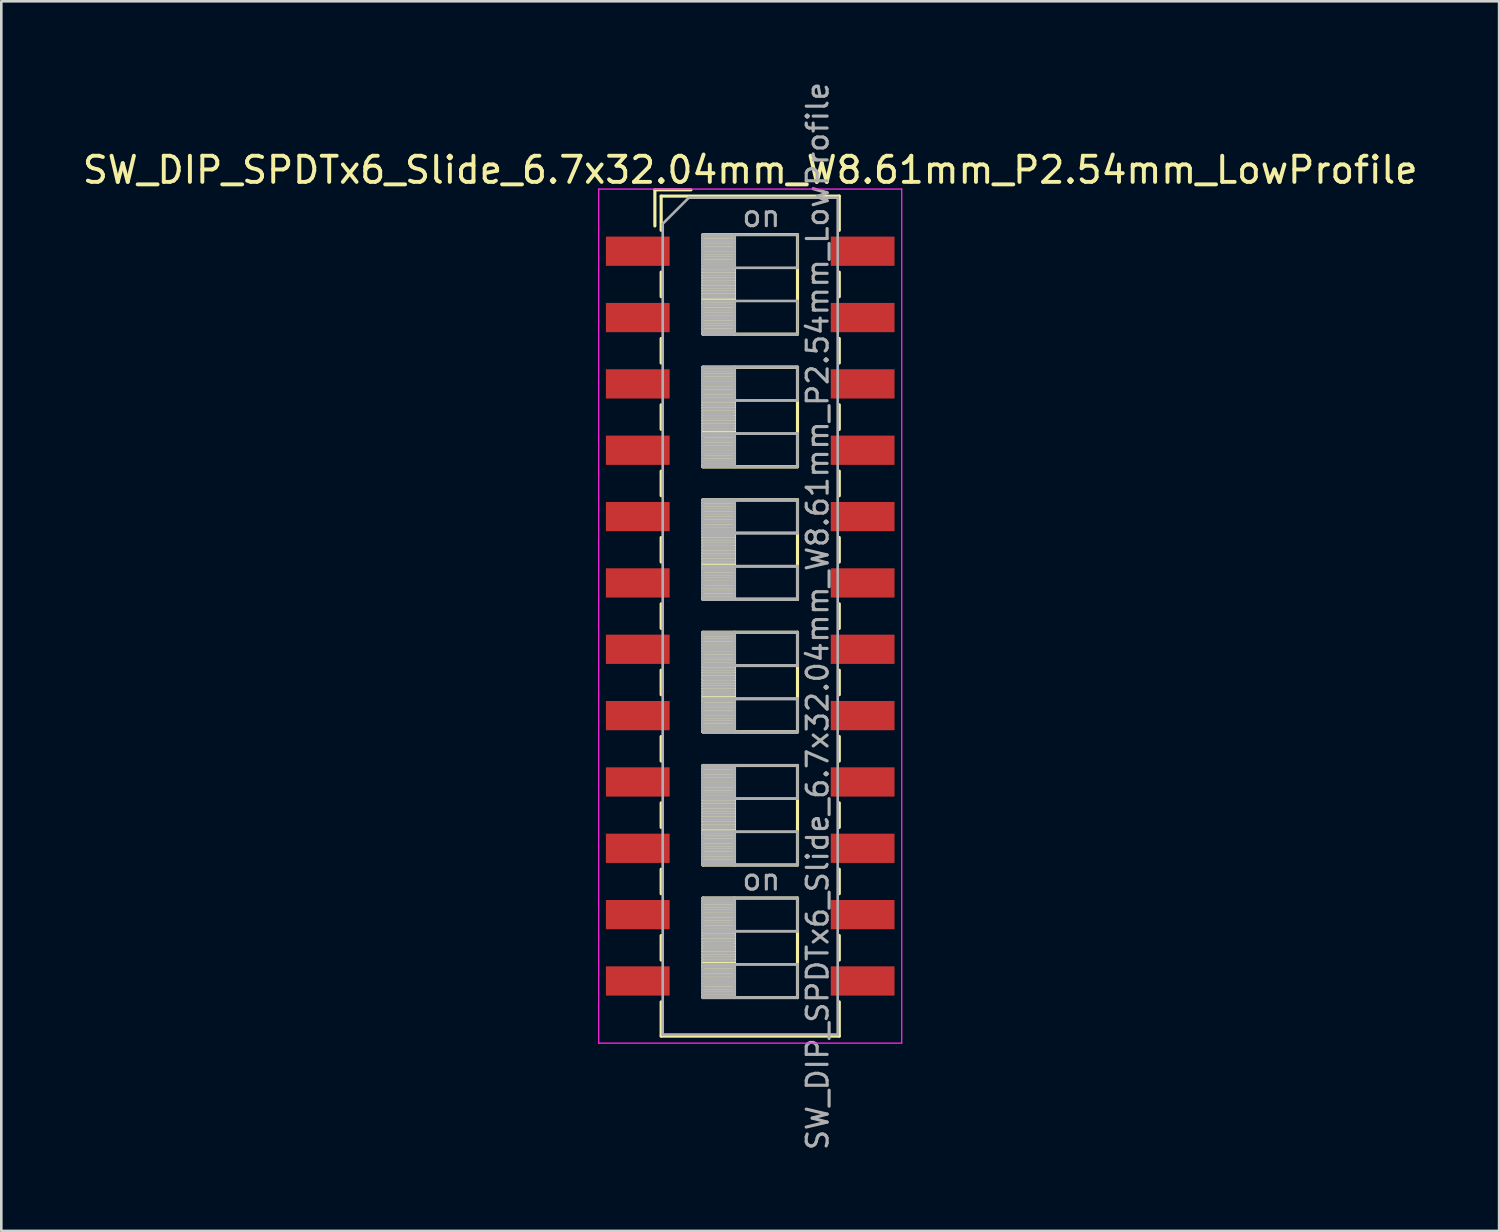
<source format=kicad_pcb>
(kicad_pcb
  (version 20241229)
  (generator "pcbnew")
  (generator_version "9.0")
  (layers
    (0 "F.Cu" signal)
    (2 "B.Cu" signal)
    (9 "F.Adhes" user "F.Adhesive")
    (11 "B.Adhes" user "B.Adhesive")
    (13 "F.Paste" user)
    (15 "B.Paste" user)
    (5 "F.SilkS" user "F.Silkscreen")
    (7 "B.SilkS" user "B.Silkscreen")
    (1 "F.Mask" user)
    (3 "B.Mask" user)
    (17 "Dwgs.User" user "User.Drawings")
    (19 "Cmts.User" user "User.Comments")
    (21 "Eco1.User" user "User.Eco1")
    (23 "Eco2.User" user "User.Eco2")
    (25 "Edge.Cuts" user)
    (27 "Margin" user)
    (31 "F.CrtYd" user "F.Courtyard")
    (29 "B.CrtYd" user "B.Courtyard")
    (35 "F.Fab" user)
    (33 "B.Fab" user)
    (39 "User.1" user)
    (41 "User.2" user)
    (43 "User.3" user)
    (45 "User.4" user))
  (footprint "SW_DIP_SPDTx6_Slide_6.7x32.04mm_W8.61mm_P2.54mm_LowProfile"
    (layer "F.Cu")
    (at 25.673 20.538)
    (property "Reference" "SW_DIP_SPDTx6_Slide_6.7x32.04mm_W8.61mm_P2.54mm_LowProfile" (at 0 -17.08 0) (layer "F.SilkS") (effects (font (size 1 1) (thickness 0.15))))
    (attr smd)
    (fp_line (start -3.65 -16.32) (end -3.65 -14.937) (stroke (width 0.12) (type solid)) (layer "F.SilkS"))
    (fp_line (start -3.65 -16.32) (end -2.267 -16.32) (stroke (width 0.12) (type solid)) (layer "F.SilkS"))
    (fp_line (start -3.41 -16.08) (end -3.41 -14.77) (stroke (width 0.12) (type solid)) (layer "F.SilkS"))
    (fp_line (start -3.41 -16.08) (end 3.41 -16.08) (stroke (width 0.12) (type solid)) (layer "F.SilkS"))
    (fp_line (start -3.41 -13.17) (end -3.41 -12.23) (stroke (width 0.12) (type solid)) (layer "F.SilkS"))
    (fp_line (start -3.41 -10.63) (end -3.41 -9.69) (stroke (width 0.12) (type solid)) (layer "F.SilkS"))
    (fp_line (start -3.41 -8.09) (end -3.41 -7.15) (stroke (width 0.12) (type solid)) (layer "F.SilkS"))
    (fp_line (start -3.41 -5.55) (end -3.41 -4.61) (stroke (width 0.12) (type solid)) (layer "F.SilkS"))
    (fp_line (start -3.41 -3.01) (end -3.41 -2.07) (stroke (width 0.12) (type solid)) (layer "F.SilkS"))
    (fp_line (start -3.41 -0.47) (end -3.41 0.47) (stroke (width 0.12) (type solid)) (layer "F.SilkS"))
    (fp_line (start -3.41 2.07) (end -3.41 3.01) (stroke (width 0.12) (type solid)) (layer "F.SilkS"))
    (fp_line (start -3.41 4.61) (end -3.41 5.55) (stroke (width 0.12) (type solid)) (layer "F.SilkS"))
    (fp_line (start -3.41 7.15) (end -3.41 8.09) (stroke (width 0.12) (type solid)) (layer "F.SilkS"))
    (fp_line (start -3.41 9.69) (end -3.41 10.63) (stroke (width 0.12) (type solid)) (layer "F.SilkS"))
    (fp_line (start -3.41 12.23) (end -3.41 13.17) (stroke (width 0.12) (type solid)) (layer "F.SilkS"))
    (fp_line (start -3.41 14.77) (end -3.41 16.08) (stroke (width 0.12) (type solid)) (layer "F.SilkS"))
    (fp_line (start -3.41 16.08) (end 3.41 16.08) (stroke (width 0.12) (type solid)) (layer "F.SilkS"))
    (fp_line (start -1.81 -14.605) (end -1.81 -10.795) (stroke (width 0.12) (type solid)) (layer "F.SilkS"))
    (fp_line (start -1.81 -14.485) (end -0.603 -14.485) (stroke (width 0.12) (type solid)) (layer "F.SilkS"))
    (fp_line (start -1.81 -14.365) (end -0.603 -14.365) (stroke (width 0.12) (type solid)) (layer "F.SilkS"))
    (fp_line (start -1.81 -14.245) (end -0.603 -14.245) (stroke (width 0.12) (type solid)) (layer "F.SilkS"))
    (fp_line (start -1.81 -14.125) (end -0.603 -14.125) (stroke (width 0.12) (type solid)) (layer "F.SilkS"))
    (fp_line (start -1.81 -14.005) (end -0.603 -14.005) (stroke (width 0.12) (type solid)) (layer "F.SilkS"))
    (fp_line (start -1.81 -13.885) (end -0.603 -13.885) (stroke (width 0.12) (type solid)) (layer "F.SilkS"))
    (fp_line (start -1.81 -13.765) (end -0.603 -13.765) (stroke (width 0.12) (type solid)) (layer "F.SilkS"))
    (fp_line (start -1.81 -13.645) (end -0.603 -13.645) (stroke (width 0.12) (type solid)) (layer "F.SilkS"))
    (fp_line (start -1.81 -13.525) (end -0.603 -13.525) (stroke (width 0.12) (type solid)) (layer "F.SilkS"))
    (fp_line (start -1.81 -13.405) (end -0.603 -13.405) (stroke (width 0.12) (type solid)) (layer "F.SilkS"))
    (fp_line (start -1.81 -13.285) (end -0.603 -13.285) (stroke (width 0.12) (type solid)) (layer "F.SilkS"))
    (fp_line (start -1.81 -13.165) (end -0.603 -13.165) (stroke (width 0.12) (type solid)) (layer "F.SilkS"))
    (fp_line (start -1.81 -13.045) (end -0.603 -13.045) (stroke (width 0.12) (type solid)) (layer "F.SilkS"))
    (fp_line (start -1.81 -12.925) (end -0.603 -12.925) (stroke (width 0.12) (type solid)) (layer "F.SilkS"))
    (fp_line (start -1.81 -12.805) (end -0.603 -12.805) (stroke (width 0.12) (type solid)) (layer "F.SilkS"))
    (fp_line (start -1.81 -12.685) (end -0.603 -12.685) (stroke (width 0.12) (type solid)) (layer "F.SilkS"))
    (fp_line (start -1.81 -12.565) (end -0.603 -12.565) (stroke (width 0.12) (type solid)) (layer "F.SilkS"))
    (fp_line (start -1.81 -12.445) (end -0.603 -12.445) (stroke (width 0.12) (type solid)) (layer "F.SilkS"))
    (fp_line (start -1.81 -12.325) (end -0.603 -12.325) (stroke (width 0.12) (type solid)) (layer "F.SilkS"))
    (fp_line (start -1.81 -12.205) (end -0.603 -12.205) (stroke (width 0.12) (type solid)) (layer "F.SilkS"))
    (fp_line (start -1.81 -12.105) (end -0.603 -12.105) (stroke (width 0.12) (type solid)) (layer "F.SilkS"))
    (fp_line (start -1.81 -12.005) (end -0.603 -12.005) (stroke (width 0.12) (type solid)) (layer "F.SilkS"))
    (fp_line (start -1.81 -11.945) (end -0.603 -11.945) (stroke (width 0.12) (type solid)) (layer "F.SilkS"))
    (fp_line (start -1.81 -11.825) (end -0.603 -11.825) (stroke (width 0.12) (type solid)) (layer "F.SilkS"))
    (fp_line (start -1.81 -11.705) (end -0.603 -11.705) (stroke (width 0.12) (type solid)) (layer "F.SilkS"))
    (fp_line (start -1.81 -11.585) (end -0.603 -11.585) (stroke (width 0.12) (type solid)) (layer "F.SilkS"))
    (fp_line (start -1.81 -11.465) (end -0.603 -11.465) (stroke (width 0.12) (type solid)) (layer "F.SilkS"))
    (fp_line (start -1.81 -11.345) (end -0.603 -11.345) (stroke (width 0.12) (type solid)) (layer "F.SilkS"))
    (fp_line (start -1.81 -11.225) (end -0.603 -11.225) (stroke (width 0.12) (type solid)) (layer "F.SilkS"))
    (fp_line (start -1.81 -11.105) (end -0.603 -11.105) (stroke (width 0.12) (type solid)) (layer "F.SilkS"))
    (fp_line (start -1.81 -10.985) (end -0.603 -10.985) (stroke (width 0.12) (type solid)) (layer "F.SilkS"))
    (fp_line (start -1.81 -10.865) (end -0.603 -10.865) (stroke (width 0.12) (type solid)) (layer "F.SilkS"))
    (fp_line (start -1.81 -10.795) (end 1.81 -10.795) (stroke (width 0.12) (type solid)) (layer "F.SilkS"))
    (fp_line (start -1.81 -9.53) (end -1.81 -5.72) (stroke (width 0.12) (type solid)) (layer "F.SilkS"))
    (fp_line (start -1.81 -9.41) (end -0.603 -9.41) (stroke (width 0.12) (type solid)) (layer "F.SilkS"))
    (fp_line (start -1.81 -9.29) (end -0.603 -9.29) (stroke (width 0.12) (type solid)) (layer "F.SilkS"))
    (fp_line (start -1.81 -9.17) (end -0.603 -9.17) (stroke (width 0.12) (type solid)) (layer "F.SilkS"))
    (fp_line (start -1.81 -9.05) (end -0.603 -9.05) (stroke (width 0.12) (type solid)) (layer "F.SilkS"))
    (fp_line (start -1.81 -8.93) (end -0.603 -8.93) (stroke (width 0.12) (type solid)) (layer "F.SilkS"))
    (fp_line (start -1.81 -8.81) (end -0.603 -8.81) (stroke (width 0.12) (type solid)) (layer "F.SilkS"))
    (fp_line (start -1.81 -8.69) (end -0.603 -8.69) (stroke (width 0.12) (type solid)) (layer "F.SilkS"))
    (fp_line (start -1.81 -8.57) (end -0.603 -8.57) (stroke (width 0.12) (type solid)) (layer "F.SilkS"))
    (fp_line (start -1.81 -8.45) (end -0.603 -8.45) (stroke (width 0.12) (type solid)) (layer "F.SilkS"))
    (fp_line (start -1.81 -8.33) (end -0.603 -8.33) (stroke (width 0.12) (type solid)) (layer "F.SilkS"))
    (fp_line (start -1.81 -8.21) (end -0.603 -8.21) (stroke (width 0.12) (type solid)) (layer "F.SilkS"))
    (fp_line (start -1.81 -8.09) (end -0.603 -8.09) (stroke (width 0.12) (type solid)) (layer "F.SilkS"))
    (fp_line (start -1.81 -7.97) (end -0.603 -7.97) (stroke (width 0.12) (type solid)) (layer "F.SilkS"))
    (fp_line (start -1.81 -7.85) (end -0.603 -7.85) (stroke (width 0.12) (type solid)) (layer "F.SilkS"))
    (fp_line (start -1.81 -7.73) (end -0.603 -7.73) (stroke (width 0.12) (type solid)) (layer "F.SilkS"))
    (fp_line (start -1.81 -7.61) (end -0.603 -7.61) (stroke (width 0.12) (type solid)) (layer "F.SilkS"))
    (fp_line (start -1.81 -7.49) (end -0.603 -7.49) (stroke (width 0.12) (type solid)) (layer "F.SilkS"))
    (fp_line (start -1.81 -7.37) (end -0.603 -7.37) (stroke (width 0.12) (type solid)) (layer "F.SilkS"))
    (fp_line (start -1.81 -7.25) (end -0.603 -7.25) (stroke (width 0.12) (type solid)) (layer "F.SilkS"))
    (fp_line (start -1.81 -7.13) (end -0.603 -7.13) (stroke (width 0.12) (type solid)) (layer "F.SilkS"))
    (fp_line (start -1.81 -7.03) (end -0.603 -7.03) (stroke (width 0.12) (type solid)) (layer "F.SilkS"))
    (fp_line (start -1.81 -6.93) (end -0.603 -6.93) (stroke (width 0.12) (type solid)) (layer "F.SilkS"))
    (fp_line (start -1.81 -6.87) (end -0.603 -6.87) (stroke (width 0.12) (type solid)) (layer "F.SilkS"))
    (fp_line (start -1.81 -6.75) (end -0.603 -6.75) (stroke (width 0.12) (type solid)) (layer "F.SilkS"))
    (fp_line (start -1.81 -6.63) (end -0.603 -6.63) (stroke (width 0.12) (type solid)) (layer "F.SilkS"))
    (fp_line (start -1.81 -6.51) (end -0.603 -6.51) (stroke (width 0.12) (type solid)) (layer "F.SilkS"))
    (fp_line (start -1.81 -6.39) (end -0.603 -6.39) (stroke (width 0.12) (type solid)) (layer "F.SilkS"))
    (fp_line (start -1.81 -6.27) (end -0.603 -6.27) (stroke (width 0.12) (type solid)) (layer "F.SilkS"))
    (fp_line (start -1.81 -6.15) (end -0.603 -6.15) (stroke (width 0.12) (type solid)) (layer "F.SilkS"))
    (fp_line (start -1.81 -6.03) (end -0.603 -6.03) (stroke (width 0.12) (type solid)) (layer "F.SilkS"))
    (fp_line (start -1.81 -5.91) (end -0.603 -5.91) (stroke (width 0.12) (type solid)) (layer "F.SilkS"))
    (fp_line (start -1.81 -5.79) (end -0.603 -5.79) (stroke (width 0.12) (type solid)) (layer "F.SilkS"))
    (fp_line (start -1.81 -5.72) (end 1.81 -5.72) (stroke (width 0.12) (type solid)) (layer "F.SilkS"))
    (fp_line (start -1.81 -5.715) (end 1.81 -5.715) (stroke (width 0.12) (type solid)) (layer "F.SilkS"))
    (fp_line (start -1.81 -4.455) (end -1.81 -0.645) (stroke (width 0.12) (type solid)) (layer "F.SilkS"))
    (fp_line (start -1.81 -4.335) (end -0.603 -4.335) (stroke (width 0.12) (type solid)) (layer "F.SilkS"))
    (fp_line (start -1.81 -4.215) (end -0.603 -4.215) (stroke (width 0.12) (type solid)) (layer "F.SilkS"))
    (fp_line (start -1.81 -4.095) (end -0.603 -4.095) (stroke (width 0.12) (type solid)) (layer "F.SilkS"))
    (fp_line (start -1.81 -3.975) (end -0.603 -3.975) (stroke (width 0.12) (type solid)) (layer "F.SilkS"))
    (fp_line (start -1.81 -3.855) (end -0.603 -3.855) (stroke (width 0.12) (type solid)) (layer "F.SilkS"))
    (fp_line (start -1.81 -3.735) (end -0.603 -3.735) (stroke (width 0.12) (type solid)) (layer "F.SilkS"))
    (fp_line (start -1.81 -3.615) (end -0.603 -3.615) (stroke (width 0.12) (type solid)) (layer "F.SilkS"))
    (fp_line (start -1.81 -3.495) (end -0.603 -3.495) (stroke (width 0.12) (type solid)) (layer "F.SilkS"))
    (fp_line (start -1.81 -3.375) (end -0.603 -3.375) (stroke (width 0.12) (type solid)) (layer "F.SilkS"))
    (fp_line (start -1.81 -3.255) (end -0.603 -3.255) (stroke (width 0.12) (type solid)) (layer "F.SilkS"))
    (fp_line (start -1.81 -3.135) (end -0.603 -3.135) (stroke (width 0.12) (type solid)) (layer "F.SilkS"))
    (fp_line (start -1.81 -3.015) (end -0.603 -3.015) (stroke (width 0.12) (type solid)) (layer "F.SilkS"))
    (fp_line (start -1.81 -2.895) (end -0.603 -2.895) (stroke (width 0.12) (type solid)) (layer "F.SilkS"))
    (fp_line (start -1.81 -2.775) (end -0.603 -2.775) (stroke (width 0.12) (type solid)) (layer "F.SilkS"))
    (fp_line (start -1.81 -2.655) (end -0.603 -2.655) (stroke (width 0.12) (type solid)) (layer "F.SilkS"))
    (fp_line (start -1.81 -2.535) (end -0.603 -2.535) (stroke (width 0.12) (type solid)) (layer "F.SilkS"))
    (fp_line (start -1.81 -2.415) (end -0.603 -2.415) (stroke (width 0.12) (type solid)) (layer "F.SilkS"))
    (fp_line (start -1.81 -2.295) (end -0.603 -2.295) (stroke (width 0.12) (type solid)) (layer "F.SilkS"))
    (fp_line (start -1.81 -2.175) (end -0.603 -2.175) (stroke (width 0.12) (type solid)) (layer "F.SilkS"))
    (fp_line (start -1.81 -2.055) (end -0.603 -2.055) (stroke (width 0.12) (type solid)) (layer "F.SilkS"))
    (fp_line (start -1.81 -1.955) (end -0.603 -1.955) (stroke (width 0.12) (type solid)) (layer "F.SilkS"))
    (fp_line (start -1.81 -1.855) (end -0.603 -1.855) (stroke (width 0.12) (type solid)) (layer "F.SilkS"))
    (fp_line (start -1.81 -1.795) (end -0.603 -1.795) (stroke (width 0.12) (type solid)) (layer "F.SilkS"))
    (fp_line (start -1.81 -1.675) (end -0.603 -1.675) (stroke (width 0.12) (type solid)) (layer "F.SilkS"))
    (fp_line (start -1.81 -1.555) (end -0.603 -1.555) (stroke (width 0.12) (type solid)) (layer "F.SilkS"))
    (fp_line (start -1.81 -1.435) (end -0.603 -1.435) (stroke (width 0.12) (type solid)) (layer "F.SilkS"))
    (fp_line (start -1.81 -1.315) (end -0.603 -1.315) (stroke (width 0.12) (type solid)) (layer "F.SilkS"))
    (fp_line (start -1.81 -1.195) (end -0.603 -1.195) (stroke (width 0.12) (type solid)) (layer "F.SilkS"))
    (fp_line (start -1.81 -1.075) (end -0.603 -1.075) (stroke (width 0.12) (type solid)) (layer "F.SilkS"))
    (fp_line (start -1.81 -0.955) (end -0.603 -0.955) (stroke (width 0.12) (type solid)) (layer "F.SilkS"))
    (fp_line (start -1.81 -0.835) (end -0.603 -0.835) (stroke (width 0.12) (type solid)) (layer "F.SilkS"))
    (fp_line (start -1.81 -0.715) (end -0.603 -0.715) (stroke (width 0.12) (type solid)) (layer "F.SilkS"))
    (fp_line (start -1.81 -0.645) (end 1.81 -0.645) (stroke (width 0.12) (type solid)) (layer "F.SilkS"))
    (fp_line (start -1.81 -0.64) (end 1.81 -0.64) (stroke (width 0.12) (type solid)) (layer "F.SilkS"))
    (fp_line (start -1.81 0.62) (end -1.81 4.43) (stroke (width 0.12) (type solid)) (layer "F.SilkS"))
    (fp_line (start -1.81 0.74) (end -0.603 0.74) (stroke (width 0.12) (type solid)) (layer "F.SilkS"))
    (fp_line (start -1.81 0.86) (end -0.603 0.86) (stroke (width 0.12) (type solid)) (layer "F.SilkS"))
    (fp_line (start -1.81 0.98) (end -0.603 0.98) (stroke (width 0.12) (type solid)) (layer "F.SilkS"))
    (fp_line (start -1.81 1.1) (end -0.603 1.1) (stroke (width 0.12) (type solid)) (layer "F.SilkS"))
    (fp_line (start -1.81 1.22) (end -0.603 1.22) (stroke (width 0.12) (type solid)) (layer "F.SilkS"))
    (fp_line (start -1.81 1.34) (end -0.603 1.34) (stroke (width 0.12) (type solid)) (layer "F.SilkS"))
    (fp_line (start -1.81 1.46) (end -0.603 1.46) (stroke (width 0.12) (type solid)) (layer "F.SilkS"))
    (fp_line (start -1.81 1.58) (end -0.603 1.58) (stroke (width 0.12) (type solid)) (layer "F.SilkS"))
    (fp_line (start -1.81 1.7) (end -0.603 1.7) (stroke (width 0.12) (type solid)) (layer "F.SilkS"))
    (fp_line (start -1.81 1.82) (end -0.603 1.82) (stroke (width 0.12) (type solid)) (layer "F.SilkS"))
    (fp_line (start -1.81 1.94) (end -0.603 1.94) (stroke (width 0.12) (type solid)) (layer "F.SilkS"))
    (fp_line (start -1.81 2.06) (end -0.603 2.06) (stroke (width 0.12) (type solid)) (layer "F.SilkS"))
    (fp_line (start -1.81 2.18) (end -0.603 2.18) (stroke (width 0.12) (type solid)) (layer "F.SilkS"))
    (fp_line (start -1.81 2.3) (end -0.603 2.3) (stroke (width 0.12) (type solid)) (layer "F.SilkS"))
    (fp_line (start -1.81 2.42) (end -0.603 2.42) (stroke (width 0.12) (type solid)) (layer "F.SilkS"))
    (fp_line (start -1.81 2.54) (end -0.603 2.54) (stroke (width 0.12) (type solid)) (layer "F.SilkS"))
    (fp_line (start -1.81 2.66) (end -0.603 2.66) (stroke (width 0.12) (type solid)) (layer "F.SilkS"))
    (fp_line (start -1.81 2.78) (end -0.603 2.78) (stroke (width 0.12) (type solid)) (layer "F.SilkS"))
    (fp_line (start -1.81 2.9) (end -0.603 2.9) (stroke (width 0.12) (type solid)) (layer "F.SilkS"))
    (fp_line (start -1.81 3.02) (end -0.603 3.02) (stroke (width 0.12) (type solid)) (layer "F.SilkS"))
    (fp_line (start -1.81 3.12) (end -0.603 3.12) (stroke (width 0.12) (type solid)) (layer "F.SilkS"))
    (fp_line (start -1.81 3.22) (end -0.603 3.22) (stroke (width 0.12) (type solid)) (layer "F.SilkS"))
    (fp_line (start -1.81 3.28) (end -0.603 3.28) (stroke (width 0.12) (type solid)) (layer "F.SilkS"))
    (fp_line (start -1.81 3.4) (end -0.603 3.4) (stroke (width 0.12) (type solid)) (layer "F.SilkS"))
    (fp_line (start -1.81 3.52) (end -0.603 3.52) (stroke (width 0.12) (type solid)) (layer "F.SilkS"))
    (fp_line (start -1.81 3.64) (end -0.603 3.64) (stroke (width 0.12) (type solid)) (layer "F.SilkS"))
    (fp_line (start -1.81 3.76) (end -0.603 3.76) (stroke (width 0.12) (type solid)) (layer "F.SilkS"))
    (fp_line (start -1.81 3.88) (end -0.603 3.88) (stroke (width 0.12) (type solid)) (layer "F.SilkS"))
    (fp_line (start -1.81 4) (end -0.603 4) (stroke (width 0.12) (type solid)) (layer "F.SilkS"))
    (fp_line (start -1.81 4.12) (end -0.603 4.12) (stroke (width 0.12) (type solid)) (layer "F.SilkS"))
    (fp_line (start -1.81 4.24) (end -0.603 4.24) (stroke (width 0.12) (type solid)) (layer "F.SilkS"))
    (fp_line (start -1.81 4.36) (end -0.603 4.36) (stroke (width 0.12) (type solid)) (layer "F.SilkS"))
    (fp_line (start -1.81 4.43) (end 1.81 4.43) (stroke (width 0.12) (type solid)) (layer "F.SilkS"))
    (fp_line (start -1.81 4.435) (end 1.81 4.435) (stroke (width 0.12) (type solid)) (layer "F.SilkS"))
    (fp_line (start -1.81 5.72) (end -1.81 9.53) (stroke (width 0.12) (type solid)) (layer "F.SilkS"))
    (fp_line (start -1.81 5.84) (end -0.603 5.84) (stroke (width 0.12) (type solid)) (layer "F.SilkS"))
    (fp_line (start -1.81 5.96) (end -0.603 5.96) (stroke (width 0.12) (type solid)) (layer "F.SilkS"))
    (fp_line (start -1.81 6.08) (end -0.603 6.08) (stroke (width 0.12) (type solid)) (layer "F.SilkS"))
    (fp_line (start -1.81 6.2) (end -0.603 6.2) (stroke (width 0.12) (type solid)) (layer "F.SilkS"))
    (fp_line (start -1.81 6.32) (end -0.603 6.32) (stroke (width 0.12) (type solid)) (layer "F.SilkS"))
    (fp_line (start -1.81 6.44) (end -0.603 6.44) (stroke (width 0.12) (type solid)) (layer "F.SilkS"))
    (fp_line (start -1.81 6.56) (end -0.603 6.56) (stroke (width 0.12) (type solid)) (layer "F.SilkS"))
    (fp_line (start -1.81 6.68) (end -0.603 6.68) (stroke (width 0.12) (type solid)) (layer "F.SilkS"))
    (fp_line (start -1.81 6.8) (end -0.603 6.8) (stroke (width 0.12) (type solid)) (layer "F.SilkS"))
    (fp_line (start -1.81 6.92) (end -0.603 6.92) (stroke (width 0.12) (type solid)) (layer "F.SilkS"))
    (fp_line (start -1.81 7.04) (end -0.603 7.04) (stroke (width 0.12) (type solid)) (layer "F.SilkS"))
    (fp_line (start -1.81 7.16) (end -0.603 7.16) (stroke (width 0.12) (type solid)) (layer "F.SilkS"))
    (fp_line (start -1.81 7.28) (end -0.603 7.28) (stroke (width 0.12) (type solid)) (layer "F.SilkS"))
    (fp_line (start -1.81 7.4) (end -0.603 7.4) (stroke (width 0.12) (type solid)) (layer "F.SilkS"))
    (fp_line (start -1.81 7.52) (end -0.603 7.52) (stroke (width 0.12) (type solid)) (layer "F.SilkS"))
    (fp_line (start -1.81 7.64) (end -0.603 7.64) (stroke (width 0.12) (type solid)) (layer "F.SilkS"))
    (fp_line (start -1.81 7.76) (end -0.603 7.76) (stroke (width 0.12) (type solid)) (layer "F.SilkS"))
    (fp_line (start -1.81 7.88) (end -0.603 7.88) (stroke (width 0.12) (type solid)) (layer "F.SilkS"))
    (fp_line (start -1.81 8) (end -0.603 8) (stroke (width 0.12) (type solid)) (layer "F.SilkS"))
    (fp_line (start -1.81 8.12) (end -0.603 8.12) (stroke (width 0.12) (type solid)) (layer "F.SilkS"))
    (fp_line (start -1.81 8.22) (end -0.603 8.22) (stroke (width 0.12) (type solid)) (layer "F.SilkS"))
    (fp_line (start -1.81 8.32) (end -0.603 8.32) (stroke (width 0.12) (type solid)) (layer "F.SilkS"))
    (fp_line (start -1.81 8.38) (end -0.603 8.38) (stroke (width 0.12) (type solid)) (layer "F.SilkS"))
    (fp_line (start -1.81 8.5) (end -0.603 8.5) (stroke (width 0.12) (type solid)) (layer "F.SilkS"))
    (fp_line (start -1.81 8.62) (end -0.603 8.62) (stroke (width 0.12) (type solid)) (layer "F.SilkS"))
    (fp_line (start -1.81 8.74) (end -0.603 8.74) (stroke (width 0.12) (type solid)) (layer "F.SilkS"))
    (fp_line (start -1.81 8.86) (end -0.603 8.86) (stroke (width 0.12) (type solid)) (layer "F.SilkS"))
    (fp_line (start -1.81 8.98) (end -0.603 8.98) (stroke (width 0.12) (type solid)) (layer "F.SilkS"))
    (fp_line (start -1.81 9.1) (end -0.603 9.1) (stroke (width 0.12) (type solid)) (layer "F.SilkS"))
    (fp_line (start -1.81 9.22) (end -0.603 9.22) (stroke (width 0.12) (type solid)) (layer "F.SilkS"))
    (fp_line (start -1.81 9.34) (end -0.603 9.34) (stroke (width 0.12) (type solid)) (layer "F.SilkS"))
    (fp_line (start -1.81 9.46) (end -0.603 9.46) (stroke (width 0.12) (type solid)) (layer "F.SilkS"))
    (fp_line (start -1.81 9.53) (end 1.81 9.53) (stroke (width 0.12) (type solid)) (layer "F.SilkS"))
    (fp_line (start -1.81 10.795) (end -1.81 14.605) (stroke (width 0.12) (type solid)) (layer "F.SilkS"))
    (fp_line (start -1.81 10.915) (end -0.603 10.915) (stroke (width 0.12) (type solid)) (layer "F.SilkS"))
    (fp_line (start -1.81 11.035) (end -0.603 11.035) (stroke (width 0.12) (type solid)) (layer "F.SilkS"))
    (fp_line (start -1.81 11.155) (end -0.603 11.155) (stroke (width 0.12) (type solid)) (layer "F.SilkS"))
    (fp_line (start -1.81 11.275) (end -0.603 11.275) (stroke (width 0.12) (type solid)) (layer "F.SilkS"))
    (fp_line (start -1.81 11.395) (end -0.603 11.395) (stroke (width 0.12) (type solid)) (layer "F.SilkS"))
    (fp_line (start -1.81 11.515) (end -0.603 11.515) (stroke (width 0.12) (type solid)) (layer "F.SilkS"))
    (fp_line (start -1.81 11.635) (end -0.603 11.635) (stroke (width 0.12) (type solid)) (layer "F.SilkS"))
    (fp_line (start -1.81 11.755) (end -0.603 11.755) (stroke (width 0.12) (type solid)) (layer "F.SilkS"))
    (fp_line (start -1.81 11.875) (end -0.603 11.875) (stroke (width 0.12) (type solid)) (layer "F.SilkS"))
    (fp_line (start -1.81 11.995) (end -0.603 11.995) (stroke (width 0.12) (type solid)) (layer "F.SilkS"))
    (fp_line (start -1.81 12.115) (end -0.603 12.115) (stroke (width 0.12) (type solid)) (layer "F.SilkS"))
    (fp_line (start -1.81 12.235) (end -0.603 12.235) (stroke (width 0.12) (type solid)) (layer "F.SilkS"))
    (fp_line (start -1.81 12.355) (end -0.603 12.355) (stroke (width 0.12) (type solid)) (layer "F.SilkS"))
    (fp_line (start -1.81 12.475) (end -0.603 12.475) (stroke (width 0.12) (type solid)) (layer "F.SilkS"))
    (fp_line (start -1.81 12.595) (end -0.603 12.595) (stroke (width 0.12) (type solid)) (layer "F.SilkS"))
    (fp_line (start -1.81 12.715) (end -0.603 12.715) (stroke (width 0.12) (type solid)) (layer "F.SilkS"))
    (fp_line (start -1.81 12.835) (end -0.603 12.835) (stroke (width 0.12) (type solid)) (layer "F.SilkS"))
    (fp_line (start -1.81 12.955) (end -0.603 12.955) (stroke (width 0.12) (type solid)) (layer "F.SilkS"))
    (fp_line (start -1.81 13.075) (end -0.603 13.075) (stroke (width 0.12) (type solid)) (layer "F.SilkS"))
    (fp_line (start -1.81 13.195) (end -0.603 13.195) (stroke (width 0.12) (type solid)) (layer "F.SilkS"))
    (fp_line (start -1.81 13.295) (end -0.603 13.295) (stroke (width 0.12) (type solid)) (layer "F.SilkS"))
    (fp_line (start -1.81 13.395) (end -0.603 13.395) (stroke (width 0.12) (type solid)) (layer "F.SilkS"))
    (fp_line (start -1.81 13.455) (end -0.603 13.455) (stroke (width 0.12) (type solid)) (layer "F.SilkS"))
    (fp_line (start -1.81 13.575) (end -0.603 13.575) (stroke (width 0.12) (type solid)) (layer "F.SilkS"))
    (fp_line (start -1.81 13.695) (end -0.603 13.695) (stroke (width 0.12) (type solid)) (layer "F.SilkS"))
    (fp_line (start -1.81 13.815) (end -0.603 13.815) (stroke (width 0.12) (type solid)) (layer "F.SilkS"))
    (fp_line (start -1.81 13.935) (end -0.603 13.935) (stroke (width 0.12) (type solid)) (layer "F.SilkS"))
    (fp_line (start -1.81 14.055) (end -0.603 14.055) (stroke (width 0.12) (type solid)) (layer "F.SilkS"))
    (fp_line (start -1.81 14.175) (end -0.603 14.175) (stroke (width 0.12) (type solid)) (layer "F.SilkS"))
    (fp_line (start -1.81 14.295) (end -0.603 14.295) (stroke (width 0.12) (type solid)) (layer "F.SilkS"))
    (fp_line (start -1.81 14.415) (end -0.603 14.415) (stroke (width 0.12) (type solid)) (layer "F.SilkS"))
    (fp_line (start -1.81 14.535) (end -0.603 14.535) (stroke (width 0.12) (type solid)) (layer "F.SilkS"))
    (fp_line (start -1.81 14.605) (end 1.81 14.605) (stroke (width 0.12) (type solid)) (layer "F.SilkS"))
    (fp_line (start -0.603 -14.605) (end -0.603 -10.795) (stroke (width 0.12) (type solid)) (layer "F.SilkS"))
    (fp_line (start -0.603 -9.53) (end -0.603 -5.72) (stroke (width 0.12) (type solid)) (layer "F.SilkS"))
    (fp_line (start -0.603 -4.455) (end -0.603 -0.645) (stroke (width 0.12) (type solid)) (layer "F.SilkS"))
    (fp_line (start -0.603 0.62) (end -0.603 4.43) (stroke (width 0.12) (type solid)) (layer "F.SilkS"))
    (fp_line (start -0.603 5.72) (end -0.603 9.53) (stroke (width 0.12) (type solid)) (layer "F.SilkS"))
    (fp_line (start -0.603 10.795) (end -0.603 14.605) (stroke (width 0.12) (type solid)) (layer "F.SilkS"))
    (fp_line (start 1.81 -14.605) (end -1.81 -14.605) (stroke (width 0.12) (type solid)) (layer "F.SilkS"))
    (fp_line (start 1.81 -10.795) (end 1.81 -14.605) (stroke (width 0.12) (type solid)) (layer "F.SilkS"))
    (fp_line (start 1.81 -9.53) (end -1.81 -9.53) (stroke (width 0.12) (type solid)) (layer "F.SilkS"))
    (fp_line (start 1.81 -9.525) (end -1.81 -9.525) (stroke (width 0.12) (type solid)) (layer "F.SilkS"))
    (fp_line (start 1.81 -5.72) (end 1.81 -9.53) (stroke (width 0.12) (type solid)) (layer "F.SilkS"))
    (fp_line (start 1.81 -4.455) (end -1.81 -4.455) (stroke (width 0.12) (type solid)) (layer "F.SilkS"))
    (fp_line (start 1.81 -4.45) (end -1.81 -4.45) (stroke (width 0.12) (type solid)) (layer "F.SilkS"))
    (fp_line (start 1.81 -0.645) (end 1.81 -4.455) (stroke (width 0.12) (type solid)) (layer "F.SilkS"))
    (fp_line (start 1.81 0.62) (end -1.81 0.62) (stroke (width 0.12) (type solid)) (layer "F.SilkS"))
    (fp_line (start 1.81 0.625) (end -1.81 0.625) (stroke (width 0.12) (type solid)) (layer "F.SilkS"))
    (fp_line (start 1.81 4.43) (end 1.81 0.62) (stroke (width 0.12) (type solid)) (layer "F.SilkS"))
    (fp_line (start 1.81 5.72) (end -1.81 5.72) (stroke (width 0.12) (type solid)) (layer "F.SilkS"))
    (fp_line (start 1.81 9.53) (end 1.81 5.72) (stroke (width 0.12) (type solid)) (layer "F.SilkS"))
    (fp_line (start 1.81 10.795) (end -1.81 10.795) (stroke (width 0.12) (type solid)) (layer "F.SilkS"))
    (fp_line (start 1.81 14.605) (end 1.81 10.795) (stroke (width 0.12) (type solid)) (layer "F.SilkS"))
    (fp_line (start 3.41 -16.08) (end 3.41 -14.77) (stroke (width 0.12) (type solid)) (layer "F.SilkS"))
    (fp_line (start 3.41 -13.169) (end 3.41 -12.229) (stroke (width 0.12) (type solid)) (layer "F.SilkS"))
    (fp_line (start 3.41 -10.629) (end 3.41 -9.689) (stroke (width 0.12) (type solid)) (layer "F.SilkS"))
    (fp_line (start 3.41 -8.089) (end 3.41 -7.149) (stroke (width 0.12) (type solid)) (layer "F.SilkS"))
    (fp_line (start 3.41 -5.549) (end 3.41 -4.609) (stroke (width 0.12) (type solid)) (layer "F.SilkS"))
    (fp_line (start 3.41 -3.009) (end 3.41 -2.069) (stroke (width 0.12) (type solid)) (layer "F.SilkS"))
    (fp_line (start 3.41 -0.469) (end 3.41 0.471) (stroke (width 0.12) (type solid)) (layer "F.SilkS"))
    (fp_line (start 3.41 2.071) (end 3.41 3.011) (stroke (width 0.12) (type solid)) (layer "F.SilkS"))
    (fp_line (start 3.41 4.611) (end 3.41 5.551) (stroke (width 0.12) (type solid)) (layer "F.SilkS"))
    (fp_line (start 3.41 7.151) (end 3.41 8.09) (stroke (width 0.12) (type solid)) (layer "F.SilkS"))
    (fp_line (start 3.41 9.691) (end 3.41 10.63) (stroke (width 0.12) (type solid)) (layer "F.SilkS"))
    (fp_line (start 3.41 12.231) (end 3.41 13.17) (stroke (width 0.12) (type solid)) (layer "F.SilkS"))
    (fp_line (start 3.41 14.77) (end 3.41 16.08) (stroke (width 0.12) (type solid)) (layer "F.SilkS"))
    (fp_line (start -5.8 -16.35) (end -5.8 16.35) (stroke (width 0.05) (type solid)) (layer "F.CrtYd"))
    (fp_line (start -5.8 16.35) (end 5.8 16.35) (stroke (width 0.05) (type solid)) (layer "F.CrtYd"))
    (fp_line (start 5.8 -16.35) (end -5.8 -16.35) (stroke (width 0.05) (type solid)) (layer "F.CrtYd"))
    (fp_line (start 5.8 16.35) (end 5.8 -16.35) (stroke (width 0.05) (type solid)) (layer "F.CrtYd"))
    (fp_line (start -3.35 -15.02) (end -2.35 -16.02) (stroke (width 0.1) (type solid)) (layer "F.Fab"))
    (fp_line (start -3.35 16.02) (end -3.35 -15.02) (stroke (width 0.1) (type solid)) (layer "F.Fab"))
    (fp_line (start -2.35 -16.02) (end 3.35 -16.02) (stroke (width 0.1) (type solid)) (layer "F.Fab"))
    (fp_line (start -1.81 -14.605) (end -1.81 -13.335) (stroke (width 0.1) (type solid)) (layer "F.Fab"))
    (fp_line (start -1.81 -14.505) (end -0.603 -14.505) (stroke (width 0.1) (type solid)) (layer "F.Fab"))
    (fp_line (start -1.81 -14.405) (end -0.603 -14.405) (stroke (width 0.1) (type solid)) (layer "F.Fab"))
    (fp_line (start -1.81 -14.305) (end -0.603 -14.305) (stroke (width 0.1) (type solid)) (layer "F.Fab"))
    (fp_line (start -1.81 -14.205) (end -0.603 -14.205) (stroke (width 0.1) (type solid)) (layer "F.Fab"))
    (fp_line (start -1.81 -14.105) (end -0.603 -14.105) (stroke (width 0.1) (type solid)) (layer "F.Fab"))
    (fp_line (start -1.81 -14.005) (end -0.603 -14.005) (stroke (width 0.1) (type solid)) (layer "F.Fab"))
    (fp_line (start -1.81 -13.905) (end -0.603 -13.905) (stroke (width 0.1) (type solid)) (layer "F.Fab"))
    (fp_line (start -1.81 -13.805) (end -0.603 -13.805) (stroke (width 0.1) (type solid)) (layer "F.Fab"))
    (fp_line (start -1.81 -13.705) (end -0.603 -13.705) (stroke (width 0.1) (type solid)) (layer "F.Fab"))
    (fp_line (start -1.81 -13.605) (end -0.603 -13.605) (stroke (width 0.1) (type solid)) (layer "F.Fab"))
    (fp_line (start -1.81 -13.505) (end -0.603 -13.505) (stroke (width 0.1) (type solid)) (layer "F.Fab"))
    (fp_line (start -1.81 -13.405) (end -0.603 -13.405) (stroke (width 0.1) (type solid)) (layer "F.Fab"))
    (fp_line (start -1.81 -13.335) (end 1.81 -13.335) (stroke (width 0.1) (type solid)) (layer "F.Fab"))
    (fp_line (start -1.81 -13.305) (end -0.603 -13.305) (stroke (width 0.1) (type solid)) (layer "F.Fab"))
    (fp_line (start -1.81 -13.205) (end -0.603 -13.205) (stroke (width 0.1) (type solid)) (layer "F.Fab"))
    (fp_line (start -1.81 -13.105) (end -0.603 -13.105) (stroke (width 0.1) (type solid)) (layer "F.Fab"))
    (fp_line (start -1.81 -13.005) (end -0.603 -13.005) (stroke (width 0.1) (type solid)) (layer "F.Fab"))
    (fp_line (start -1.81 -12.905) (end -0.603 -12.905) (stroke (width 0.1) (type solid)) (layer "F.Fab"))
    (fp_line (start -1.81 -12.805) (end -0.603 -12.805) (stroke (width 0.1) (type solid)) (layer "F.Fab"))
    (fp_line (start -1.81 -12.705) (end -0.603 -12.705) (stroke (width 0.1) (type solid)) (layer "F.Fab"))
    (fp_line (start -1.81 -12.605) (end -0.603 -12.605) (stroke (width 0.1) (type solid)) (layer "F.Fab"))
    (fp_line (start -1.81 -12.505) (end -0.603 -12.505) (stroke (width 0.1) (type solid)) (layer "F.Fab"))
    (fp_line (start -1.81 -12.405) (end -0.603 -12.405) (stroke (width 0.1) (type solid)) (layer "F.Fab"))
    (fp_line (start -1.81 -12.305) (end -0.603 -12.305) (stroke (width 0.1) (type solid)) (layer "F.Fab"))
    (fp_line (start -1.81 -12.205) (end -0.603 -12.205) (stroke (width 0.1) (type solid)) (layer "F.Fab"))
    (fp_line (start -1.81 -12.065) (end -1.81 -10.795) (stroke (width 0.1) (type solid)) (layer "F.Fab"))
    (fp_line (start -1.81 -11.965) (end -0.603 -11.965) (stroke (width 0.1) (type solid)) (layer "F.Fab"))
    (fp_line (start -1.81 -11.865) (end -0.603 -11.865) (stroke (width 0.1) (type solid)) (layer "F.Fab"))
    (fp_line (start -1.81 -11.765) (end -0.603 -11.765) (stroke (width 0.1) (type solid)) (layer "F.Fab"))
    (fp_line (start -1.81 -11.665) (end -0.603 -11.665) (stroke (width 0.1) (type solid)) (layer "F.Fab"))
    (fp_line (start -1.81 -11.565) (end -0.603 -11.565) (stroke (width 0.1) (type solid)) (layer "F.Fab"))
    (fp_line (start -1.81 -11.465) (end -0.603 -11.465) (stroke (width 0.1) (type solid)) (layer "F.Fab"))
    (fp_line (start -1.81 -11.365) (end -0.603 -11.365) (stroke (width 0.1) (type solid)) (layer "F.Fab"))
    (fp_line (start -1.81 -11.265) (end -0.603 -11.265) (stroke (width 0.1) (type solid)) (layer "F.Fab"))
    (fp_line (start -1.81 -11.165) (end -0.603 -11.165) (stroke (width 0.1) (type solid)) (layer "F.Fab"))
    (fp_line (start -1.81 -11.065) (end -0.603 -11.065) (stroke (width 0.1) (type solid)) (layer "F.Fab"))
    (fp_line (start -1.81 -10.965) (end -0.603 -10.965) (stroke (width 0.1) (type solid)) (layer "F.Fab"))
    (fp_line (start -1.81 -10.865) (end -0.603 -10.865) (stroke (width 0.1) (type solid)) (layer "F.Fab"))
    (fp_line (start -1.81 -10.795) (end 1.81 -10.795) (stroke (width 0.1) (type solid)) (layer "F.Fab"))
    (fp_line (start -1.81 -9.53) (end -1.81 -8.26) (stroke (width 0.1) (type solid)) (layer "F.Fab"))
    (fp_line (start -1.81 -9.43) (end -0.603 -9.43) (stroke (width 0.1) (type solid)) (layer "F.Fab"))
    (fp_line (start -1.81 -9.33) (end -0.603 -9.33) (stroke (width 0.1) (type solid)) (layer "F.Fab"))
    (fp_line (start -1.81 -9.23) (end -0.603 -9.23) (stroke (width 0.1) (type solid)) (layer "F.Fab"))
    (fp_line (start -1.81 -9.13) (end -0.603 -9.13) (stroke (width 0.1) (type solid)) (layer "F.Fab"))
    (fp_line (start -1.81 -9.03) (end -0.603 -9.03) (stroke (width 0.1) (type solid)) (layer "F.Fab"))
    (fp_line (start -1.81 -8.93) (end -0.603 -8.93) (stroke (width 0.1) (type solid)) (layer "F.Fab"))
    (fp_line (start -1.81 -8.83) (end -0.603 -8.83) (stroke (width 0.1) (type solid)) (layer "F.Fab"))
    (fp_line (start -1.81 -8.73) (end -0.603 -8.73) (stroke (width 0.1) (type solid)) (layer "F.Fab"))
    (fp_line (start -1.81 -8.63) (end -0.603 -8.63) (stroke (width 0.1) (type solid)) (layer "F.Fab"))
    (fp_line (start -1.81 -8.53) (end -0.603 -8.53) (stroke (width 0.1) (type solid)) (layer "F.Fab"))
    (fp_line (start -1.81 -8.43) (end -0.603 -8.43) (stroke (width 0.1) (type solid)) (layer "F.Fab"))
    (fp_line (start -1.81 -8.33) (end -0.603 -8.33) (stroke (width 0.1) (type solid)) (layer "F.Fab"))
    (fp_line (start -1.81 -8.26) (end 1.81 -8.26) (stroke (width 0.1) (type solid)) (layer "F.Fab"))
    (fp_line (start -1.81 -8.255) (end 1.81 -8.255) (stroke (width 0.1) (type solid)) (layer "F.Fab"))
    (fp_line (start -1.81 -8.23) (end -0.603 -8.23) (stroke (width 0.1) (type solid)) (layer "F.Fab"))
    (fp_line (start -1.81 -8.13) (end -0.603 -8.13) (stroke (width 0.1) (type solid)) (layer "F.Fab"))
    (fp_line (start -1.81 -8.03) (end -0.603 -8.03) (stroke (width 0.1) (type solid)) (layer "F.Fab"))
    (fp_line (start -1.81 -7.93) (end -0.603 -7.93) (stroke (width 0.1) (type solid)) (layer "F.Fab"))
    (fp_line (start -1.81 -7.83) (end -0.603 -7.83) (stroke (width 0.1) (type solid)) (layer "F.Fab"))
    (fp_line (start -1.81 -7.73) (end -0.603 -7.73) (stroke (width 0.1) (type solid)) (layer "F.Fab"))
    (fp_line (start -1.81 -7.63) (end -0.603 -7.63) (stroke (width 0.1) (type solid)) (layer "F.Fab"))
    (fp_line (start -1.81 -7.53) (end -0.603 -7.53) (stroke (width 0.1) (type solid)) (layer "F.Fab"))
    (fp_line (start -1.81 -7.43) (end -0.603 -7.43) (stroke (width 0.1) (type solid)) (layer "F.Fab"))
    (fp_line (start -1.81 -7.33) (end -0.603 -7.33) (stroke (width 0.1) (type solid)) (layer "F.Fab"))
    (fp_line (start -1.81 -7.23) (end -0.603 -7.23) (stroke (width 0.1) (type solid)) (layer "F.Fab"))
    (fp_line (start -1.81 -7.13) (end -0.603 -7.13) (stroke (width 0.1) (type solid)) (layer "F.Fab"))
    (fp_line (start -1.81 -6.99) (end -1.81 -5.72) (stroke (width 0.1) (type solid)) (layer "F.Fab"))
    (fp_line (start -1.81 -6.89) (end -0.603 -6.89) (stroke (width 0.1) (type solid)) (layer "F.Fab"))
    (fp_line (start -1.81 -6.79) (end -0.603 -6.79) (stroke (width 0.1) (type solid)) (layer "F.Fab"))
    (fp_line (start -1.81 -6.69) (end -0.603 -6.69) (stroke (width 0.1) (type solid)) (layer "F.Fab"))
    (fp_line (start -1.81 -6.59) (end -0.603 -6.59) (stroke (width 0.1) (type solid)) (layer "F.Fab"))
    (fp_line (start -1.81 -6.49) (end -0.603 -6.49) (stroke (width 0.1) (type solid)) (layer "F.Fab"))
    (fp_line (start -1.81 -6.39) (end -0.603 -6.39) (stroke (width 0.1) (type solid)) (layer "F.Fab"))
    (fp_line (start -1.81 -6.29) (end -0.603 -6.29) (stroke (width 0.1) (type solid)) (layer "F.Fab"))
    (fp_line (start -1.81 -6.19) (end -0.603 -6.19) (stroke (width 0.1) (type solid)) (layer "F.Fab"))
    (fp_line (start -1.81 -6.09) (end -0.603 -6.09) (stroke (width 0.1) (type solid)) (layer "F.Fab"))
    (fp_line (start -1.81 -5.99) (end -0.603 -5.99) (stroke (width 0.1) (type solid)) (layer "F.Fab"))
    (fp_line (start -1.81 -5.89) (end -0.603 -5.89) (stroke (width 0.1) (type solid)) (layer "F.Fab"))
    (fp_line (start -1.81 -5.79) (end -0.603 -5.79) (stroke (width 0.1) (type solid)) (layer "F.Fab"))
    (fp_line (start -1.81 -5.72) (end 1.81 -5.72) (stroke (width 0.1) (type solid)) (layer "F.Fab"))
    (fp_line (start -1.81 -5.715) (end 1.81 -5.715) (stroke (width 0.1) (type solid)) (layer "F.Fab"))
    (fp_line (start -1.81 -4.455) (end -1.81 -3.185) (stroke (width 0.1) (type solid)) (layer "F.Fab"))
    (fp_line (start -1.81 -4.355) (end -0.603 -4.355) (stroke (width 0.1) (type solid)) (layer "F.Fab"))
    (fp_line (start -1.81 -4.255) (end -0.603 -4.255) (stroke (width 0.1) (type solid)) (layer "F.Fab"))
    (fp_line (start -1.81 -4.155) (end -0.603 -4.155) (stroke (width 0.1) (type solid)) (layer "F.Fab"))
    (fp_line (start -1.81 -4.055) (end -0.603 -4.055) (stroke (width 0.1) (type solid)) (layer "F.Fab"))
    (fp_line (start -1.81 -3.955) (end -0.603 -3.955) (stroke (width 0.1) (type solid)) (layer "F.Fab"))
    (fp_line (start -1.81 -3.855) (end -0.603 -3.855) (stroke (width 0.1) (type solid)) (layer "F.Fab"))
    (fp_line (start -1.81 -3.755) (end -0.603 -3.755) (stroke (width 0.1) (type solid)) (layer "F.Fab"))
    (fp_line (start -1.81 -3.655) (end -0.603 -3.655) (stroke (width 0.1) (type solid)) (layer "F.Fab"))
    (fp_line (start -1.81 -3.555) (end -0.603 -3.555) (stroke (width 0.1) (type solid)) (layer "F.Fab"))
    (fp_line (start -1.81 -3.455) (end -0.603 -3.455) (stroke (width 0.1) (type solid)) (layer "F.Fab"))
    (fp_line (start -1.81 -3.355) (end -0.603 -3.355) (stroke (width 0.1) (type solid)) (layer "F.Fab"))
    (fp_line (start -1.81 -3.255) (end -0.603 -3.255) (stroke (width 0.1) (type solid)) (layer "F.Fab"))
    (fp_line (start -1.81 -3.185) (end 1.81 -3.185) (stroke (width 0.1) (type solid)) (layer "F.Fab"))
    (fp_line (start -1.81 -3.18) (end 1.81 -3.18) (stroke (width 0.1) (type solid)) (layer "F.Fab"))
    (fp_line (start -1.81 -3.175) (end 1.81 -3.175) (stroke (width 0.1) (type solid)) (layer "F.Fab"))
    (fp_line (start -1.81 -3.155) (end -0.603 -3.155) (stroke (width 0.1) (type solid)) (layer "F.Fab"))
    (fp_line (start -1.81 -3.055) (end -0.603 -3.055) (stroke (width 0.1) (type solid)) (layer "F.Fab"))
    (fp_line (start -1.81 -2.955) (end -0.603 -2.955) (stroke (width 0.1) (type solid)) (layer "F.Fab"))
    (fp_line (start -1.81 -2.855) (end -0.603 -2.855) (stroke (width 0.1) (type solid)) (layer "F.Fab"))
    (fp_line (start -1.81 -2.755) (end -0.603 -2.755) (stroke (width 0.1) (type solid)) (layer "F.Fab"))
    (fp_line (start -1.81 -2.655) (end -0.603 -2.655) (stroke (width 0.1) (type solid)) (layer "F.Fab"))
    (fp_line (start -1.81 -2.555) (end -0.603 -2.555) (stroke (width 0.1) (type solid)) (layer "F.Fab"))
    (fp_line (start -1.81 -2.455) (end -0.603 -2.455) (stroke (width 0.1) (type solid)) (layer "F.Fab"))
    (fp_line (start -1.81 -2.355) (end -0.603 -2.355) (stroke (width 0.1) (type solid)) (layer "F.Fab"))
    (fp_line (start -1.81 -2.255) (end -0.603 -2.255) (stroke (width 0.1) (type solid)) (layer "F.Fab"))
    (fp_line (start -1.81 -2.155) (end -0.603 -2.155) (stroke (width 0.1) (type solid)) (layer "F.Fab"))
    (fp_line (start -1.81 -2.055) (end -0.603 -2.055) (stroke (width 0.1) (type solid)) (layer "F.Fab"))
    (fp_line (start -1.81 -1.915) (end -1.81 -0.645) (stroke (width 0.1) (type solid)) (layer "F.Fab"))
    (fp_line (start -1.81 -1.815) (end -0.603 -1.815) (stroke (width 0.1) (type solid)) (layer "F.Fab"))
    (fp_line (start -1.81 -1.715) (end -0.603 -1.715) (stroke (width 0.1) (type solid)) (layer "F.Fab"))
    (fp_line (start -1.81 -1.615) (end -0.603 -1.615) (stroke (width 0.1) (type solid)) (layer "F.Fab"))
    (fp_line (start -1.81 -1.515) (end -0.603 -1.515) (stroke (width 0.1) (type solid)) (layer "F.Fab"))
    (fp_line (start -1.81 -1.415) (end -0.603 -1.415) (stroke (width 0.1) (type solid)) (layer "F.Fab"))
    (fp_line (start -1.81 -1.315) (end -0.603 -1.315) (stroke (width 0.1) (type solid)) (layer "F.Fab"))
    (fp_line (start -1.81 -1.215) (end -0.603 -1.215) (stroke (width 0.1) (type solid)) (layer "F.Fab"))
    (fp_line (start -1.81 -1.115) (end -0.603 -1.115) (stroke (width 0.1) (type solid)) (layer "F.Fab"))
    (fp_line (start -1.81 -1.015) (end -0.603 -1.015) (stroke (width 0.1) (type solid)) (layer "F.Fab"))
    (fp_line (start -1.81 -0.915) (end -0.603 -0.915) (stroke (width 0.1) (type solid)) (layer "F.Fab"))
    (fp_line (start -1.81 -0.815) (end -0.603 -0.815) (stroke (width 0.1) (type solid)) (layer "F.Fab"))
    (fp_line (start -1.81 -0.715) (end -0.603 -0.715) (stroke (width 0.1) (type solid)) (layer "F.Fab"))
    (fp_line (start -1.81 -0.645) (end 1.81 -0.645) (stroke (width 0.1) (type solid)) (layer "F.Fab"))
    (fp_line (start -1.81 -0.64) (end 1.81 -0.64) (stroke (width 0.1) (type solid)) (layer "F.Fab"))
    (fp_line (start -1.81 -0.635) (end 1.81 -0.635) (stroke (width 0.1) (type solid)) (layer "F.Fab"))
    (fp_line (start -1.81 0.62) (end -1.81 1.89) (stroke (width 0.1) (type solid)) (layer "F.Fab"))
    (fp_line (start -1.81 0.72) (end -0.603 0.72) (stroke (width 0.1) (type solid)) (layer "F.Fab"))
    (fp_line (start -1.81 0.82) (end -0.603 0.82) (stroke (width 0.1) (type solid)) (layer "F.Fab"))
    (fp_line (start -1.81 0.92) (end -0.603 0.92) (stroke (width 0.1) (type solid)) (layer "F.Fab"))
    (fp_line (start -1.81 1.02) (end -0.603 1.02) (stroke (width 0.1) (type solid)) (layer "F.Fab"))
    (fp_line (start -1.81 1.12) (end -0.603 1.12) (stroke (width 0.1) (type solid)) (layer "F.Fab"))
    (fp_line (start -1.81 1.22) (end -0.603 1.22) (stroke (width 0.1) (type solid)) (layer "F.Fab"))
    (fp_line (start -1.81 1.32) (end -0.603 1.32) (stroke (width 0.1) (type solid)) (layer "F.Fab"))
    (fp_line (start -1.81 1.42) (end -0.603 1.42) (stroke (width 0.1) (type solid)) (layer "F.Fab"))
    (fp_line (start -1.81 1.52) (end -0.603 1.52) (stroke (width 0.1) (type solid)) (layer "F.Fab"))
    (fp_line (start -1.81 1.62) (end -0.603 1.62) (stroke (width 0.1) (type solid)) (layer "F.Fab"))
    (fp_line (start -1.81 1.72) (end -0.603 1.72) (stroke (width 0.1) (type solid)) (layer "F.Fab"))
    (fp_line (start -1.81 1.82) (end -0.603 1.82) (stroke (width 0.1) (type solid)) (layer "F.Fab"))
    (fp_line (start -1.81 1.89) (end 1.81 1.89) (stroke (width 0.1) (type solid)) (layer "F.Fab"))
    (fp_line (start -1.81 1.895) (end 1.81 1.895) (stroke (width 0.1) (type solid)) (layer "F.Fab"))
    (fp_line (start -1.81 1.905) (end 1.81 1.905) (stroke (width 0.1) (type solid)) (layer "F.Fab"))
    (fp_line (start -1.81 1.92) (end -0.603 1.92) (stroke (width 0.1) (type solid)) (layer "F.Fab"))
    (fp_line (start -1.81 2.02) (end -0.603 2.02) (stroke (width 0.1) (type solid)) (layer "F.Fab"))
    (fp_line (start -1.81 2.12) (end -0.603 2.12) (stroke (width 0.1) (type solid)) (layer "F.Fab"))
    (fp_line (start -1.81 2.22) (end -0.603 2.22) (stroke (width 0.1) (type solid)) (layer "F.Fab"))
    (fp_line (start -1.81 2.32) (end -0.603 2.32) (stroke (width 0.1) (type solid)) (layer "F.Fab"))
    (fp_line (start -1.81 2.42) (end -0.603 2.42) (stroke (width 0.1) (type solid)) (layer "F.Fab"))
    (fp_line (start -1.81 2.52) (end -0.603 2.52) (stroke (width 0.1) (type solid)) (layer "F.Fab"))
    (fp_line (start -1.81 2.62) (end -0.603 2.62) (stroke (width 0.1) (type solid)) (layer "F.Fab"))
    (fp_line (start -1.81 2.72) (end -0.603 2.72) (stroke (width 0.1) (type solid)) (layer "F.Fab"))
    (fp_line (start -1.81 2.82) (end -0.603 2.82) (stroke (width 0.1) (type solid)) (layer "F.Fab"))
    (fp_line (start -1.81 2.92) (end -0.603 2.92) (stroke (width 0.1) (type solid)) (layer "F.Fab"))
    (fp_line (start -1.81 3.02) (end -0.603 3.02) (stroke (width 0.1) (type solid)) (layer "F.Fab"))
    (fp_line (start -1.81 3.16) (end -1.81 4.43) (stroke (width 0.1) (type solid)) (layer "F.Fab"))
    (fp_line (start -1.81 3.26) (end -0.603 3.26) (stroke (width 0.1) (type solid)) (layer "F.Fab"))
    (fp_line (start -1.81 3.36) (end -0.603 3.36) (stroke (width 0.1) (type solid)) (layer "F.Fab"))
    (fp_line (start -1.81 3.46) (end -0.603 3.46) (stroke (width 0.1) (type solid)) (layer "F.Fab"))
    (fp_line (start -1.81 3.56) (end -0.603 3.56) (stroke (width 0.1) (type solid)) (layer "F.Fab"))
    (fp_line (start -1.81 3.66) (end -0.603 3.66) (stroke (width 0.1) (type solid)) (layer "F.Fab"))
    (fp_line (start -1.81 3.76) (end -0.603 3.76) (stroke (width 0.1) (type solid)) (layer "F.Fab"))
    (fp_line (start -1.81 3.86) (end -0.603 3.86) (stroke (width 0.1) (type solid)) (layer "F.Fab"))
    (fp_line (start -1.81 3.96) (end -0.603 3.96) (stroke (width 0.1) (type solid)) (layer "F.Fab"))
    (fp_line (start -1.81 4.06) (end -0.603 4.06) (stroke (width 0.1) (type solid)) (layer "F.Fab"))
    (fp_line (start -1.81 4.16) (end -0.603 4.16) (stroke (width 0.1) (type solid)) (layer "F.Fab"))
    (fp_line (start -1.81 4.26) (end -0.603 4.26) (stroke (width 0.1) (type solid)) (layer "F.Fab"))
    (fp_line (start -1.81 4.36) (end -0.603 4.36) (stroke (width 0.1) (type solid)) (layer "F.Fab"))
    (fp_line (start -1.81 4.43) (end 1.81 4.43) (stroke (width 0.1) (type solid)) (layer "F.Fab"))
    (fp_line (start -1.81 4.435) (end 1.81 4.435) (stroke (width 0.1) (type solid)) (layer "F.Fab"))
    (fp_line (start -1.81 4.445) (end 1.81 4.445) (stroke (width 0.1) (type solid)) (layer "F.Fab"))
    (fp_line (start -1.81 5.72) (end -1.81 6.99) (stroke (width 0.1) (type solid)) (layer "F.Fab"))
    (fp_line (start -1.81 5.82) (end -0.603 5.82) (stroke (width 0.1) (type solid)) (layer "F.Fab"))
    (fp_line (start -1.81 5.92) (end -0.603 5.92) (stroke (width 0.1) (type solid)) (layer "F.Fab"))
    (fp_line (start -1.81 6.02) (end -0.603 6.02) (stroke (width 0.1) (type solid)) (layer "F.Fab"))
    (fp_line (start -1.81 6.12) (end -0.603 6.12) (stroke (width 0.1) (type solid)) (layer "F.Fab"))
    (fp_line (start -1.81 6.22) (end -0.603 6.22) (stroke (width 0.1) (type solid)) (layer "F.Fab"))
    (fp_line (start -1.81 6.32) (end -0.603 6.32) (stroke (width 0.1) (type solid)) (layer "F.Fab"))
    (fp_line (start -1.81 6.42) (end -0.603 6.42) (stroke (width 0.1) (type solid)) (layer "F.Fab"))
    (fp_line (start -1.81 6.52) (end -0.603 6.52) (stroke (width 0.1) (type solid)) (layer "F.Fab"))
    (fp_line (start -1.81 6.62) (end -0.603 6.62) (stroke (width 0.1) (type solid)) (layer "F.Fab"))
    (fp_line (start -1.81 6.72) (end -0.603 6.72) (stroke (width 0.1) (type solid)) (layer "F.Fab"))
    (fp_line (start -1.81 6.82) (end -0.603 6.82) (stroke (width 0.1) (type solid)) (layer "F.Fab"))
    (fp_line (start -1.81 6.92) (end -0.603 6.92) (stroke (width 0.1) (type solid)) (layer "F.Fab"))
    (fp_line (start -1.81 6.985) (end 1.81 6.985) (stroke (width 0.1) (type solid)) (layer "F.Fab"))
    (fp_line (start -1.81 6.99) (end 1.81 6.99) (stroke (width 0.1) (type solid)) (layer "F.Fab"))
    (fp_line (start -1.81 7.02) (end -0.603 7.02) (stroke (width 0.1) (type solid)) (layer "F.Fab"))
    (fp_line (start -1.81 7.12) (end -0.603 7.12) (stroke (width 0.1) (type solid)) (layer "F.Fab"))
    (fp_line (start -1.81 7.22) (end -0.603 7.22) (stroke (width 0.1) (type solid)) (layer "F.Fab"))
    (fp_line (start -1.81 7.32) (end -0.603 7.32) (stroke (width 0.1) (type solid)) (layer "F.Fab"))
    (fp_line (start -1.81 7.42) (end -0.603 7.42) (stroke (width 0.1) (type solid)) (layer "F.Fab"))
    (fp_line (start -1.81 7.52) (end -0.603 7.52) (stroke (width 0.1) (type solid)) (layer "F.Fab"))
    (fp_line (start -1.81 7.62) (end -0.603 7.62) (stroke (width 0.1) (type solid)) (layer "F.Fab"))
    (fp_line (start -1.81 7.72) (end -0.603 7.72) (stroke (width 0.1) (type solid)) (layer "F.Fab"))
    (fp_line (start -1.81 7.82) (end -0.603 7.82) (stroke (width 0.1) (type solid)) (layer "F.Fab"))
    (fp_line (start -1.81 7.92) (end -0.603 7.92) (stroke (width 0.1) (type solid)) (layer "F.Fab"))
    (fp_line (start -1.81 8.02) (end -0.603 8.02) (stroke (width 0.1) (type solid)) (layer "F.Fab"))
    (fp_line (start -1.81 8.12) (end -0.603 8.12) (stroke (width 0.1) (type solid)) (layer "F.Fab"))
    (fp_line (start -1.81 8.26) (end -1.81 9.53) (stroke (width 0.1) (type solid)) (layer "F.Fab"))
    (fp_line (start -1.81 8.36) (end -0.603 8.36) (stroke (width 0.1) (type solid)) (layer "F.Fab"))
    (fp_line (start -1.81 8.46) (end -0.603 8.46) (stroke (width 0.1) (type solid)) (layer "F.Fab"))
    (fp_line (start -1.81 8.56) (end -0.603 8.56) (stroke (width 0.1) (type solid)) (layer "F.Fab"))
    (fp_line (start -1.81 8.66) (end -0.603 8.66) (stroke (width 0.1) (type solid)) (layer "F.Fab"))
    (fp_line (start -1.81 8.76) (end -0.603 8.76) (stroke (width 0.1) (type solid)) (layer "F.Fab"))
    (fp_line (start -1.81 8.86) (end -0.603 8.86) (stroke (width 0.1) (type solid)) (layer "F.Fab"))
    (fp_line (start -1.81 8.96) (end -0.603 8.96) (stroke (width 0.1) (type solid)) (layer "F.Fab"))
    (fp_line (start -1.81 9.06) (end -0.603 9.06) (stroke (width 0.1) (type solid)) (layer "F.Fab"))
    (fp_line (start -1.81 9.16) (end -0.603 9.16) (stroke (width 0.1) (type solid)) (layer "F.Fab"))
    (fp_line (start -1.81 9.26) (end -0.603 9.26) (stroke (width 0.1) (type solid)) (layer "F.Fab"))
    (fp_line (start -1.81 9.36) (end -0.603 9.36) (stroke (width 0.1) (type solid)) (layer "F.Fab"))
    (fp_line (start -1.81 9.46) (end -0.603 9.46) (stroke (width 0.1) (type solid)) (layer "F.Fab"))
    (fp_line (start -1.81 9.525) (end 1.81 9.525) (stroke (width 0.1) (type solid)) (layer "F.Fab"))
    (fp_line (start -1.81 9.53) (end 1.81 9.53) (stroke (width 0.1) (type solid)) (layer "F.Fab"))
    (fp_line (start -1.81 10.795) (end -1.81 12.065) (stroke (width 0.1) (type solid)) (layer "F.Fab"))
    (fp_line (start -1.81 10.895) (end -0.603 10.895) (stroke (width 0.1) (type solid)) (layer "F.Fab"))
    (fp_line (start -1.81 10.995) (end -0.603 10.995) (stroke (width 0.1) (type solid)) (layer "F.Fab"))
    (fp_line (start -1.81 11.095) (end -0.603 11.095) (stroke (width 0.1) (type solid)) (layer "F.Fab"))
    (fp_line (start -1.81 11.195) (end -0.603 11.195) (stroke (width 0.1) (type solid)) (layer "F.Fab"))
    (fp_line (start -1.81 11.295) (end -0.603 11.295) (stroke (width 0.1) (type solid)) (layer "F.Fab"))
    (fp_line (start -1.81 11.395) (end -0.603 11.395) (stroke (width 0.1) (type solid)) (layer "F.Fab"))
    (fp_line (start -1.81 11.495) (end -0.603 11.495) (stroke (width 0.1) (type solid)) (layer "F.Fab"))
    (fp_line (start -1.81 11.595) (end -0.603 11.595) (stroke (width 0.1) (type solid)) (layer "F.Fab"))
    (fp_line (start -1.81 11.695) (end -0.603 11.695) (stroke (width 0.1) (type solid)) (layer "F.Fab"))
    (fp_line (start -1.81 11.795) (end -0.603 11.795) (stroke (width 0.1) (type solid)) (layer "F.Fab"))
    (fp_line (start -1.81 11.895) (end -0.603 11.895) (stroke (width 0.1) (type solid)) (layer "F.Fab"))
    (fp_line (start -1.81 11.995) (end -0.603 11.995) (stroke (width 0.1) (type solid)) (layer "F.Fab"))
    (fp_line (start -1.81 12.065) (end 1.81 12.065) (stroke (width 0.1) (type solid)) (layer "F.Fab"))
    (fp_line (start -1.81 12.065) (end 1.81 12.065) (stroke (width 0.1) (type solid)) (layer "F.Fab"))
    (fp_line (start -1.81 12.095) (end -0.603 12.095) (stroke (width 0.1) (type solid)) (layer "F.Fab"))
    (fp_line (start -1.81 12.195) (end -0.603 12.195) (stroke (width 0.1) (type solid)) (layer "F.Fab"))
    (fp_line (start -1.81 12.295) (end -0.603 12.295) (stroke (width 0.1) (type solid)) (layer "F.Fab"))
    (fp_line (start -1.81 12.395) (end -0.603 12.395) (stroke (width 0.1) (type solid)) (layer "F.Fab"))
    (fp_line (start -1.81 12.495) (end -0.603 12.495) (stroke (width 0.1) (type solid)) (layer "F.Fab"))
    (fp_line (start -1.81 12.595) (end -0.603 12.595) (stroke (width 0.1) (type solid)) (layer "F.Fab"))
    (fp_line (start -1.81 12.695) (end -0.603 12.695) (stroke (width 0.1) (type solid)) (layer "F.Fab"))
    (fp_line (start -1.81 12.795) (end -0.603 12.795) (stroke (width 0.1) (type solid)) (layer "F.Fab"))
    (fp_line (start -1.81 12.895) (end -0.603 12.895) (stroke (width 0.1) (type solid)) (layer "F.Fab"))
    (fp_line (start -1.81 12.995) (end -0.603 12.995) (stroke (width 0.1) (type solid)) (layer "F.Fab"))
    (fp_line (start -1.81 13.095) (end -0.603 13.095) (stroke (width 0.1) (type solid)) (layer "F.Fab"))
    (fp_line (start -1.81 13.195) (end -0.603 13.195) (stroke (width 0.1) (type solid)) (layer "F.Fab"))
    (fp_line (start -1.81 13.335) (end -1.81 14.605) (stroke (width 0.1) (type solid)) (layer "F.Fab"))
    (fp_line (start -1.81 13.435) (end -0.603 13.435) (stroke (width 0.1) (type solid)) (layer "F.Fab"))
    (fp_line (start -1.81 13.535) (end -0.603 13.535) (stroke (width 0.1) (type solid)) (layer "F.Fab"))
    (fp_line (start -1.81 13.635) (end -0.603 13.635) (stroke (width 0.1) (type solid)) (layer "F.Fab"))
    (fp_line (start -1.81 13.735) (end -0.603 13.735) (stroke (width 0.1) (type solid)) (layer "F.Fab"))
    (fp_line (start -1.81 13.835) (end -0.603 13.835) (stroke (width 0.1) (type solid)) (layer "F.Fab"))
    (fp_line (start -1.81 13.935) (end -0.603 13.935) (stroke (width 0.1) (type solid)) (layer "F.Fab"))
    (fp_line (start -1.81 14.035) (end -0.603 14.035) (stroke (width 0.1) (type solid)) (layer "F.Fab"))
    (fp_line (start -1.81 14.135) (end -0.603 14.135) (stroke (width 0.1) (type solid)) (layer "F.Fab"))
    (fp_line (start -1.81 14.235) (end -0.603 14.235) (stroke (width 0.1) (type solid)) (layer "F.Fab"))
    (fp_line (start -1.81 14.335) (end -0.603 14.335) (stroke (width 0.1) (type solid)) (layer "F.Fab"))
    (fp_line (start -1.81 14.435) (end -0.603 14.435) (stroke (width 0.1) (type solid)) (layer "F.Fab"))
    (fp_line (start -1.81 14.535) (end -0.603 14.535) (stroke (width 0.1) (type solid)) (layer "F.Fab"))
    (fp_line (start -1.81 14.605) (end 1.81 14.605) (stroke (width 0.1) (type solid)) (layer "F.Fab"))
    (fp_line (start -1.81 14.605) (end 1.81 14.605) (stroke (width 0.1) (type solid)) (layer "F.Fab"))
    (fp_line (start -0.603 -14.605) (end -0.603 -13.335) (stroke (width 0.1) (type solid)) (layer "F.Fab"))
    (fp_line (start -0.603 -12.065) (end -0.603 -10.795) (stroke (width 0.1) (type solid)) (layer "F.Fab"))
    (fp_line (start -0.603 -9.53) (end -0.603 -8.26) (stroke (width 0.1) (type solid)) (layer "F.Fab"))
    (fp_line (start -0.603 -6.99) (end -0.603 -5.72) (stroke (width 0.1) (type solid)) (layer "F.Fab"))
    (fp_line (start -0.603 -4.455) (end -0.603 -3.185) (stroke (width 0.1) (type solid)) (layer "F.Fab"))
    (fp_line (start -0.603 -1.915) (end -0.603 -0.645) (stroke (width 0.1) (type solid)) (layer "F.Fab"))
    (fp_line (start -0.603 0.62) (end -0.603 1.89) (stroke (width 0.1) (type solid)) (layer "F.Fab"))
    (fp_line (start -0.603 3.16) (end -0.603 4.43) (stroke (width 0.1) (type solid)) (layer "F.Fab"))
    (fp_line (start -0.603 5.72) (end -0.603 6.99) (stroke (width 0.1) (type solid)) (layer "F.Fab"))
    (fp_line (start -0.603 8.26) (end -0.603 9.53) (stroke (width 0.1) (type solid)) (layer "F.Fab"))
    (fp_line (start -0.603 10.795) (end -0.603 12.065) (stroke (width 0.1) (type solid)) (layer "F.Fab"))
    (fp_line (start -0.603 13.335) (end -0.603 14.605) (stroke (width 0.1) (type solid)) (layer "F.Fab"))
    (fp_line (start 1.81 -14.605) (end -1.81 -14.605) (stroke (width 0.1) (type solid)) (layer "F.Fab"))
    (fp_line (start 1.81 -13.335) (end 1.81 -14.605) (stroke (width 0.1) (type solid)) (layer "F.Fab"))
    (fp_line (start 1.81 -12.065) (end -1.81 -12.065) (stroke (width 0.1) (type solid)) (layer "F.Fab"))
    (fp_line (start 1.81 -10.795) (end 1.81 -12.065) (stroke (width 0.1) (type solid)) (layer "F.Fab"))
    (fp_line (start 1.81 -9.53) (end -1.81 -9.53) (stroke (width 0.1) (type solid)) (layer "F.Fab"))
    (fp_line (start 1.81 -9.525) (end -1.81 -9.525) (stroke (width 0.1) (type solid)) (layer "F.Fab"))
    (fp_line (start 1.81 -8.26) (end 1.81 -9.53) (stroke (width 0.1) (type solid)) (layer "F.Fab"))
    (fp_line (start 1.81 -8.255) (end 1.81 -9.525) (stroke (width 0.1) (type solid)) (layer "F.Fab"))
    (fp_line (start 1.81 -6.99) (end -1.81 -6.99) (stroke (width 0.1) (type solid)) (layer "F.Fab"))
    (fp_line (start 1.81 -6.985) (end -1.81 -6.985) (stroke (width 0.1) (type solid)) (layer "F.Fab"))
    (fp_line (start 1.81 -5.72) (end 1.81 -6.99) (stroke (width 0.1) (type solid)) (layer "F.Fab"))
    (fp_line (start 1.81 -5.715) (end 1.81 -6.985) (stroke (width 0.1) (type solid)) (layer "F.Fab"))
    (fp_line (start 1.81 -4.455) (end -1.81 -4.455) (stroke (width 0.1) (type solid)) (layer "F.Fab"))
    (fp_line (start 1.81 -4.45) (end -1.81 -4.45) (stroke (width 0.1) (type solid)) (layer "F.Fab"))
    (fp_line (start 1.81 -4.445) (end -1.81 -4.445) (stroke (width 0.1) (type solid)) (layer "F.Fab"))
    (fp_line (start 1.81 -3.185) (end 1.81 -4.455) (stroke (width 0.1) (type solid)) (layer "F.Fab"))
    (fp_line (start 1.81 -3.18) (end 1.81 -4.45) (stroke (width 0.1) (type solid)) (layer "F.Fab"))
    (fp_line (start 1.81 -3.175) (end 1.81 -4.445) (stroke (width 0.1) (type solid)) (layer "F.Fab"))
    (fp_line (start 1.81 -1.915) (end -1.81 -1.915) (stroke (width 0.1) (type solid)) (layer "F.Fab"))
    (fp_line (start 1.81 -1.91) (end -1.81 -1.91) (stroke (width 0.1) (type solid)) (layer "F.Fab"))
    (fp_line (start 1.81 -1.905) (end -1.81 -1.905) (stroke (width 0.1) (type solid)) (layer "F.Fab"))
    (fp_line (start 1.81 -0.645) (end 1.81 -1.915) (stroke (width 0.1) (type solid)) (layer "F.Fab"))
    (fp_line (start 1.81 -0.64) (end 1.81 -1.91) (stroke (width 0.1) (type solid)) (layer "F.Fab"))
    (fp_line (start 1.81 -0.635) (end 1.81 -1.905) (stroke (width 0.1) (type solid)) (layer "F.Fab"))
    (fp_line (start 1.81 0.62) (end -1.81 0.62) (stroke (width 0.1) (type solid)) (layer "F.Fab"))
    (fp_line (start 1.81 0.625) (end -1.81 0.625) (stroke (width 0.1) (type solid)) (layer "F.Fab"))
    (fp_line (start 1.81 0.635) (end -1.81 0.635) (stroke (width 0.1) (type solid)) (layer "F.Fab"))
    (fp_line (start 1.81 1.89) (end 1.81 0.62) (stroke (width 0.1) (type solid)) (layer "F.Fab"))
    (fp_line (start 1.81 1.895) (end 1.81 0.625) (stroke (width 0.1) (type solid)) (layer "F.Fab"))
    (fp_line (start 1.81 1.905) (end 1.81 0.635) (stroke (width 0.1) (type solid)) (layer "F.Fab"))
    (fp_line (start 1.81 3.16) (end -1.81 3.16) (stroke (width 0.1) (type solid)) (layer "F.Fab"))
    (fp_line (start 1.81 3.165) (end -1.81 3.165) (stroke (width 0.1) (type solid)) (layer "F.Fab"))
    (fp_line (start 1.81 3.175) (end -1.81 3.175) (stroke (width 0.1) (type solid)) (layer "F.Fab"))
    (fp_line (start 1.81 4.43) (end 1.81 3.16) (stroke (width 0.1) (type solid)) (layer "F.Fab"))
    (fp_line (start 1.81 4.435) (end 1.81 3.165) (stroke (width 0.1) (type solid)) (layer "F.Fab"))
    (fp_line (start 1.81 4.445) (end 1.81 3.175) (stroke (width 0.1) (type solid)) (layer "F.Fab"))
    (fp_line (start 1.81 5.715) (end -1.81 5.715) (stroke (width 0.1) (type solid)) (layer "F.Fab"))
    (fp_line (start 1.81 5.72) (end -1.81 5.72) (stroke (width 0.1) (type solid)) (layer "F.Fab"))
    (fp_line (start 1.81 6.985) (end 1.81 5.715) (stroke (width 0.1) (type solid)) (layer "F.Fab"))
    (fp_line (start 1.81 6.99) (end 1.81 5.72) (stroke (width 0.1) (type solid)) (layer "F.Fab"))
    (fp_line (start 1.81 8.255) (end -1.81 8.255) (stroke (width 0.1) (type solid)) (layer "F.Fab"))
    (fp_line (start 1.81 8.26) (end -1.81 8.26) (stroke (width 0.1) (type solid)) (layer "F.Fab"))
    (fp_line (start 1.81 9.525) (end 1.81 8.255) (stroke (width 0.1) (type solid)) (layer "F.Fab"))
    (fp_line (start 1.81 9.53) (end 1.81 8.26) (stroke (width 0.1) (type solid)) (layer "F.Fab"))
    (fp_line (start 1.81 10.795) (end -1.81 10.795) (stroke (width 0.1) (type solid)) (layer "F.Fab"))
    (fp_line (start 1.81 10.795) (end -1.81 10.795) (stroke (width 0.1) (type solid)) (layer "F.Fab"))
    (fp_line (start 1.81 12.065) (end 1.81 10.795) (stroke (width 0.1) (type solid)) (layer "F.Fab"))
    (fp_line (start 1.81 12.065) (end 1.81 10.795) (stroke (width 0.1) (type solid)) (layer "F.Fab"))
    (fp_line (start 1.81 13.335) (end -1.81 13.335) (stroke (width 0.1) (type solid)) (layer "F.Fab"))
    (fp_line (start 1.81 13.335) (end -1.81 13.335) (stroke (width 0.1) (type solid)) (layer "F.Fab"))
    (fp_line (start 1.81 14.605) (end 1.81 13.335) (stroke (width 0.1) (type solid)) (layer "F.Fab"))
    (fp_line (start 1.81 14.605) (end 1.81 13.335) (stroke (width 0.1) (type solid)) (layer "F.Fab"))
    (fp_line (start 3.35 -16.02) (end 3.35 16.02) (stroke (width 0.1) (type solid)) (layer "F.Fab"))
    (fp_line (start 3.35 16.02) (end -3.35 16.02) (stroke (width 0.1) (type solid)) (layer "F.Fab"))
    (fp_text user "${REFERENCE}" (at 2.58 0 90) (layer "F.Fab") (effects (font (size 0.8 0.8) (thickness 0.12))))
    (fp_text user "on" (at 0.427 -15.312 0) (layer "F.Fab") (effects (font (size 0.8 0.8) (thickness 0.12))))
    (fp_text user "on" (at 0.427 10.088 0) (layer "F.Fab") (effects (font (size 0.8 0.8) (thickness 0.12))))
    (pad "1" smd rect (at -4.305 -13.97) (size 2.44 1.12) (layers "F.Cu" "F.Mask" "F.Paste"))
    (pad "2" smd rect (at -4.305 -11.43) (size 2.44 1.12) (layers "F.Cu" "F.Mask" "F.Paste"))
    (pad "3" smd rect (at -4.305 -8.89) (size 2.44 1.12) (layers "F.Cu" "F.Mask" "F.Paste"))
    (pad "4" smd rect (at -4.305 -6.35) (size 2.44 1.12) (layers "F.Cu" "F.Mask" "F.Paste"))
    (pad "5" smd rect (at -4.305 -3.81) (size 2.44 1.12) (layers "F.Cu" "F.Mask" "F.Paste"))
    (pad "6" smd rect (at -4.305 -1.27) (size 2.44 1.12) (layers "F.Cu" "F.Mask" "F.Paste"))
    (pad "7" smd rect (at -4.305 1.27) (size 2.44 1.12) (layers "F.Cu" "F.Mask" "F.Paste"))
    (pad "8" smd rect (at -4.305 3.81) (size 2.44 1.12) (layers "F.Cu" "F.Mask" "F.Paste"))
    (pad "9" smd rect (at -4.305 6.35) (size 2.44 1.12) (layers "F.Cu" "F.Mask" "F.Paste"))
    (pad "10" smd rect (at -4.305 8.89) (size 2.44 1.12) (layers "F.Cu" "F.Mask" "F.Paste"))
    (pad "11" smd rect (at -4.305 11.43) (size 2.44 1.12) (layers "F.Cu" "F.Mask" "F.Paste"))
    (pad "12" smd rect (at -4.305 13.97) (size 2.44 1.12) (layers "F.Cu" "F.Mask" "F.Paste"))
    (pad "13" smd rect (at 4.305 13.97) (size 2.44 1.12) (layers "F.Cu" "F.Mask" "F.Paste"))
    (pad "14" smd rect (at 4.305 11.43) (size 2.44 1.12) (layers "F.Cu" "F.Mask" "F.Paste"))
    (pad "15" smd rect (at 4.305 8.89) (size 2.44 1.12) (layers "F.Cu" "F.Mask" "F.Paste"))
    (pad "16" smd rect (at 4.305 6.35) (size 2.44 1.12) (layers "F.Cu" "F.Mask" "F.Paste"))
    (pad "17" smd rect (at 4.305 3.81) (size 2.44 1.12) (layers "F.Cu" "F.Mask" "F.Paste"))
    (pad "18" smd rect (at 4.305 1.27) (size 2.44 1.12) (layers "F.Cu" "F.Mask" "F.Paste"))
    (pad "19" smd rect (at 4.305 -1.27) (size 2.44 1.12) (layers "F.Cu" "F.Mask" "F.Paste"))
    (pad "20" smd rect (at 4.305 -3.81) (size 2.44 1.12) (layers "F.Cu" "F.Mask" "F.Paste"))
    (pad "21" smd rect (at 4.305 -6.35) (size 2.44 1.12) (layers "F.Cu" "F.Mask" "F.Paste"))
    (pad "22" smd rect (at 4.305 -8.89) (size 2.44 1.12) (layers "F.Cu" "F.Mask" "F.Paste"))
    (pad "23" smd rect (at 4.305 -11.43) (size 2.44 1.12) (layers "F.Cu" "F.Mask" "F.Paste"))
    (pad "24" smd rect (at 4.305 -13.97) (size 2.44 1.12) (layers "F.Cu" "F.Mask" "F.Paste")))
  (gr_rect
    (start -3 -3)
    (end 54.345 44.076)
    (stroke (width 0.1) (type default))
    (fill no)
    (layer "Edge.Cuts")))
</source>
